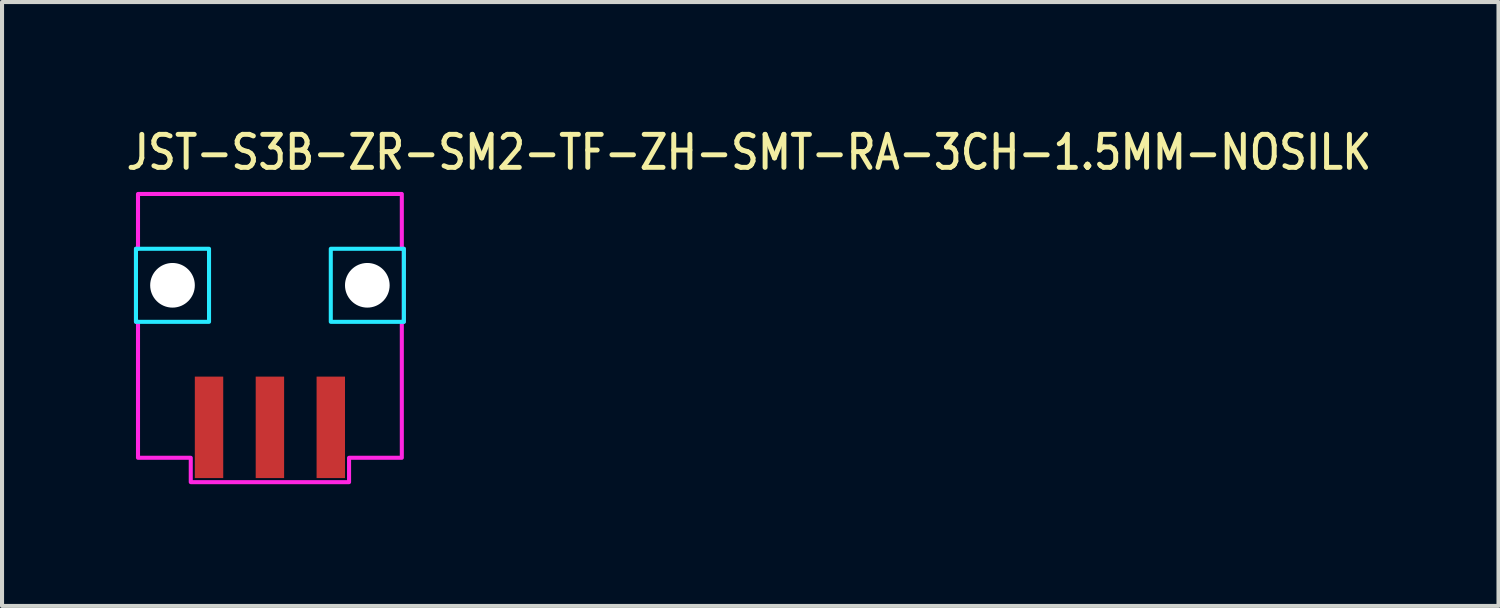
<source format=kicad_pcb>
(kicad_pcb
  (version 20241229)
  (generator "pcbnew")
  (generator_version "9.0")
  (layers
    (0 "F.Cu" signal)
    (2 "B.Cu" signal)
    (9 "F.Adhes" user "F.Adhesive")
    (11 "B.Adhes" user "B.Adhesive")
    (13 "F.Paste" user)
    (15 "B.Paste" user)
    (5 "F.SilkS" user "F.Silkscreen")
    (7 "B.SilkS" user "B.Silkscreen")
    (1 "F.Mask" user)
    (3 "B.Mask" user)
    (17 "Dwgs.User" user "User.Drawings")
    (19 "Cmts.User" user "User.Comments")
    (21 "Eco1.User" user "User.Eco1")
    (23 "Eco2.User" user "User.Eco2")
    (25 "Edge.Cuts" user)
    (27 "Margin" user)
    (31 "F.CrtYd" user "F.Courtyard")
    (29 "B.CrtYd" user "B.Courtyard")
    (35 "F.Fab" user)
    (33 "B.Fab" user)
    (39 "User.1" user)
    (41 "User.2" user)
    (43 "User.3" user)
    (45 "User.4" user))
  (footprint "JST-S3B-ZR-SM2-TF-ZH-SMT-RA-3CH-1.5MM-NOSILK"
    (layer "F.Cu")
    (at 3.6 3.979)
    (property "Reference" "JST-S3B-ZR-SM2-TF-ZH-SMT-RA-3CH-1.5MM-NOSILK" (at -3.6 -2.8 0) (unlocked yes) (layer "F.SilkS") (effects (font (size 0.813 0.695) (thickness 0.122)) (justify left bottom)))
    (fp_poly (pts (xy -3.3 -0.9) (xy -3.3 0.9) (xy -1.5 0.9) (xy -1.5 -0.9)) (stroke (width 0.1) (type solid)) (fill no) (layer "B.CrtYd"))
    (fp_poly (pts (xy 3.3 -0.9) (xy 3.3 0.9) (xy 1.5 0.9) (xy 1.5 -0.9)) (stroke (width 0.1) (type solid)) (fill no) (layer "B.CrtYd"))
    (fp_poly (pts (xy -3.25 -2.25) (xy -3.25 -0.9) (xy -3.3 -0.9) (xy -3.3 0.9) (xy -3.25 0.9) (xy -3.25 4.25) (xy -1.95 4.25) (xy -1.95 4.85) (xy 1.95 4.85) (xy 1.95 4.25) (xy 3.25 4.25) (xy 3.25 0.9) (xy 3.3 0.9) (xy 3.3 -0.9) (xy 3.25 -0.9) (xy 3.25 -2.25)) (stroke (width 0.1) (type solid)) (fill no) (layer "F.CrtYd"))
    (pad "" np_thru_hole circle (at -2.4 0) (size 1.1 1.1) (drill 1.1) (layers "*.Cu" "*.Mask"))
    (pad "" np_thru_hole circle (at 2.4 0) (size 1.1 1.1) (drill 1.1) (layers "*.Cu" "*.Mask"))
    (pad "1" smd rect (at 1.5 3.5) (size 0.7 2.5) (layers "F.Cu" "F.Mask" "F.Paste"))
    (pad "2" smd rect (at 0 3.5) (size 0.7 2.5) (layers "F.Cu" "F.Mask" "F.Paste"))
    (pad "3" smd rect (at -1.5 3.5) (size 0.7 2.5) (layers "F.Cu" "F.Mask" "F.Paste")))
  (gr_rect
    (start -3 -3)
    (end 33.87 11.879)
    (stroke (width 0.1) (type default))
    (fill no)
    (layer "Edge.Cuts")))
</source>
